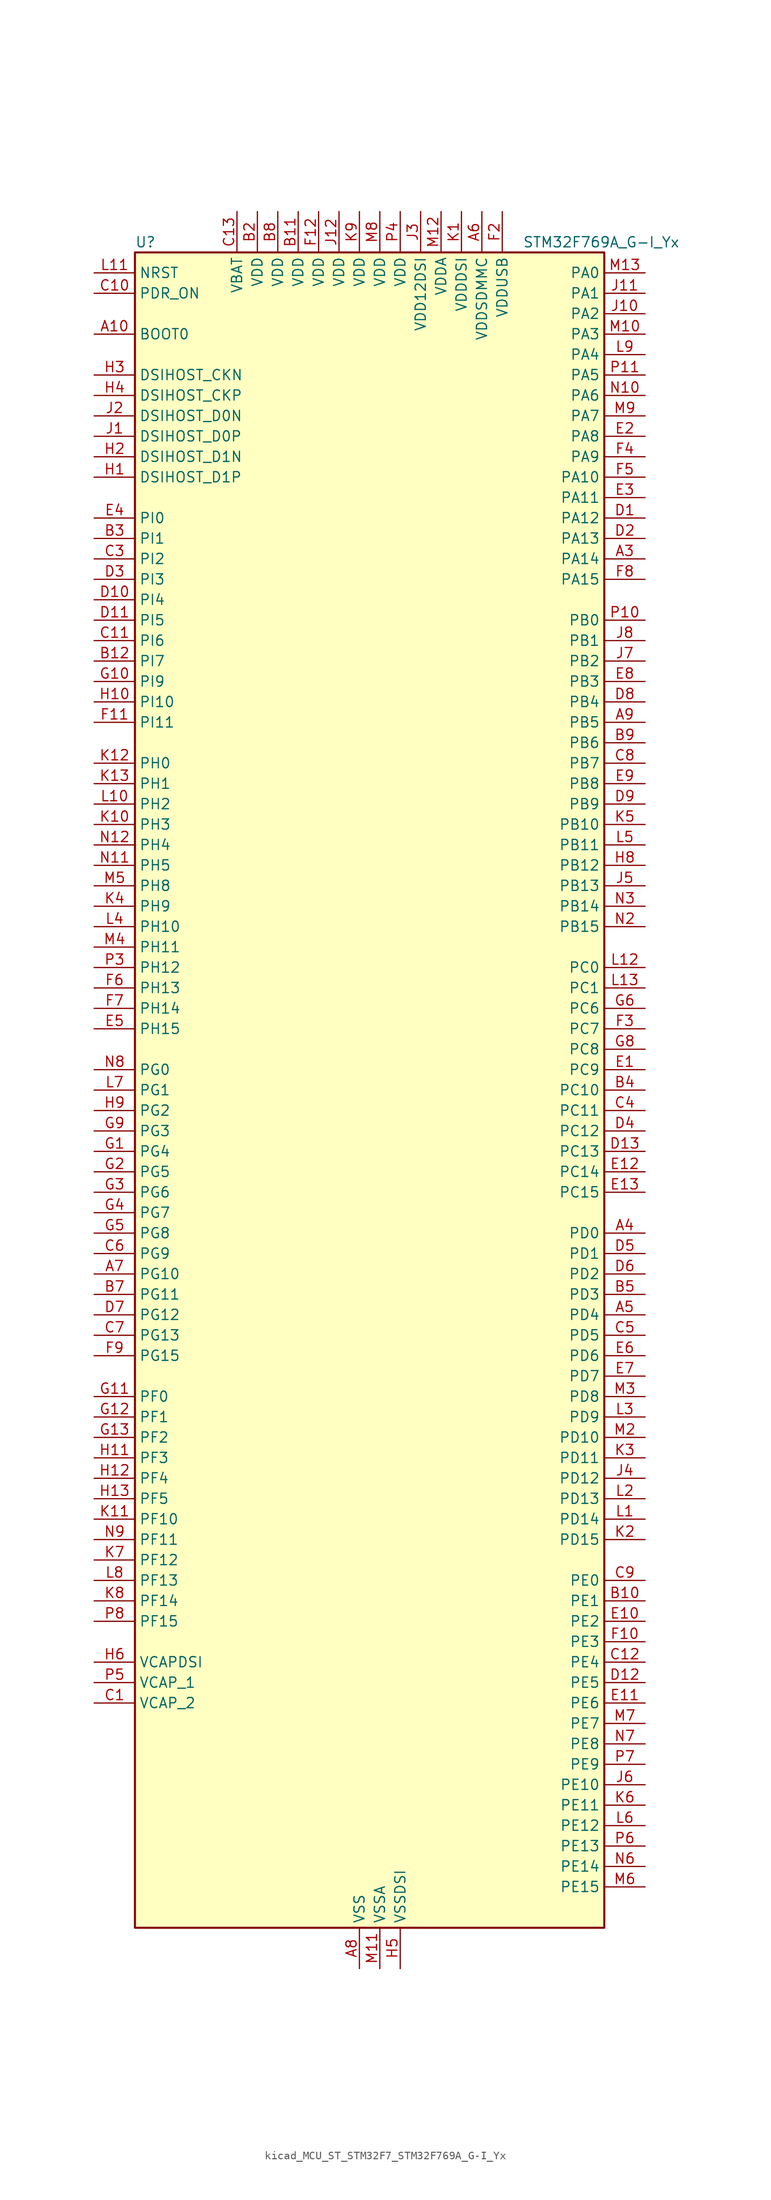
<source format=kicad_sym>
(kicad_symbol_lib
  (version 20220914)
  (generator kicad_symbol_editor)
  (symbol "kicad_MCU_ST_STM32F7_STM32F769A_G-I_Yx"
    (property "Reference" "U"
      (at -27.94 105.41 0)
      (effects (font (size 1.27 1.27)) (justify left)))
    (property "Value" "STM32F769A_G-I_Yx"
      (at 20.32 105.41 0)
      (effects (font (size 1.27 1.27)) (justify left)))
    (property "ki_locked" ""
      (at 0 0 0)
      (effects (font (size 1.27 1.27))))
    (symbol "kicad_MCU_ST_STM32F7_STM32F769A_G-I_Yx_0_1"
      (rectangle (start -27.94 -104.14) (end 30.48 104.14) (stroke (width 0.254) (type default)) (fill (type background))))
    (symbol "kicad_MCU_ST_STM32F7_STM32F769A_G-I_Yx_1_1"
      (pin no_connect line (at -27.94 -104.14 0) (length 5.08) hide (name "NC" (effects (font (size 1.27 1.27)))) (number "A1" (effects (font (size 1.27 1.27)))))
      (pin input line (at -33.02 93.98 0) (length 5.08) (name "BOOT0" (effects (font (size 1.27 1.27)))) (number "A10" (effects (font (size 1.27 1.27)))))
      (pin passive line (at 0 -109.22 90) (length 5.08) hide (name "VSS" (effects (font (size 1.27 1.27)))) (number "A11" (effects (font (size 1.27 1.27)))))
      (pin no_connect line (at -27.94 -99.06 0) (length 5.08) hide (name "NC" (effects (font (size 1.27 1.27)))) (number "A12" (effects (font (size 1.27 1.27)))))
      (pin no_connect line (at -27.94 -96.52 0) (length 5.08) hide (name "NC" (effects (font (size 1.27 1.27)))) (number "A13" (effects (font (size 1.27 1.27)))))
      (pin no_connect line (at -27.94 -101.6 0) (length 5.08) hide (name "NC" (effects (font (size 1.27 1.27)))) (number "A2" (effects (font (size 1.27 1.27)))))
      (pin bidirectional line (at 35.56 66.04 180) (length 5.08) (name "PA14" (effects (font (size 1.27 1.27)))) (number "A3" (effects (font (size 1.27 1.27)))) (alternate "SYS_JTCK-SWCLK" bidirectional line))
      (pin bidirectional line (at 35.56 -17.78 180) (length 5.08) (name "PD0" (effects (font (size 1.27 1.27)))) (number "A4" (effects (font (size 1.27 1.27)))) (alternate "CAN1_RX" bidirectional line) (alternate "DFSDM1_CKIN6" bidirectional line) (alternate "DFSDM1_DATIN7" bidirectional line) (alternate "FMC_D2" bidirectional line) (alternate "FMC_DA2" bidirectional line) (alternate "UART4_RX" bidirectional line))
      (pin bidirectional line (at 35.56 -27.94 180) (length 5.08) (name "PD4" (effects (font (size 1.27 1.27)))) (number "A5" (effects (font (size 1.27 1.27)))) (alternate "DFSDM1_CKIN0" bidirectional line) (alternate "FMC_NOE" bidirectional line) (alternate "USART2_DE" bidirectional line) (alternate "USART2_RTS" bidirectional line))
      (pin power_in line (at 15.24 109.22 270) (length 5.08) (name "VDDSDMMC" (effects (font (size 1.27 1.27)))) (number "A6" (effects (font (size 1.27 1.27)))))
      (pin bidirectional line (at -33.02 -22.86 0) (length 5.08) (name "PG10" (effects (font (size 1.27 1.27)))) (number "A7" (effects (font (size 1.27 1.27)))) (alternate "DCMI_D2" bidirectional line) (alternate "FMC_NE3" bidirectional line) (alternate "I2S1_WS" bidirectional line) (alternate "LTDC_B2" bidirectional line) (alternate "LTDC_G3" bidirectional line) (alternate "SAI2_SD_B" bidirectional line) (alternate "SDMMC2_D1" bidirectional line) (alternate "SPI1_NSS" bidirectional line))
      (pin power_in line (at 0 -109.22 90) (length 5.08) (name "VSS" (effects (font (size 1.27 1.27)))) (number "A8" (effects (font (size 1.27 1.27)))))
      (pin bidirectional line (at 35.56 45.72 180) (length 5.08) (name "PB5" (effects (font (size 1.27 1.27)))) (number "A9" (effects (font (size 1.27 1.27)))) (alternate "CAN2_RX" bidirectional line) (alternate "DCMI_D10" bidirectional line) (alternate "FMC_SDCKE1" bidirectional line) (alternate "I2C1_SMBA" bidirectional line) (alternate "I2S1_SD" bidirectional line) (alternate "I2S3_SD" bidirectional line) (alternate "LTDC_G7" bidirectional line) (alternate "SPI1_MOSI" bidirectional line) (alternate "SPI3_MOSI" bidirectional line) (alternate "SPI6_MOSI" bidirectional line) (alternate "TIM3_CH2" bidirectional line) (alternate "UART5_RX" bidirectional line) (alternate "USB_OTG_HS_ULPI_D7" bidirectional line))
      (pin no_connect line (at -27.94 -93.98 0) (length 5.08) hide (name "NC" (effects (font (size 1.27 1.27)))) (number "B1" (effects (font (size 1.27 1.27)))))
      (pin bidirectional line (at 35.56 -63.5 180) (length 5.08) (name "PE1" (effects (font (size 1.27 1.27)))) (number "B10" (effects (font (size 1.27 1.27)))) (alternate "DCMI_D3" bidirectional line) (alternate "FMC_NBL1" bidirectional line) (alternate "LPTIM1_IN2" bidirectional line) (alternate "UART8_TX" bidirectional line))
      (pin power_in line (at -7.62 109.22 270) (length 5.08) (name "VDD" (effects (font (size 1.27 1.27)))) (number "B11" (effects (font (size 1.27 1.27)))))
      (pin bidirectional line (at -33.02 53.34 0) (length 5.08) (name "PI7" (effects (font (size 1.27 1.27)))) (number "B12" (effects (font (size 1.27 1.27)))) (alternate "DCMI_D7" bidirectional line) (alternate "FMC_D29" bidirectional line) (alternate "LTDC_B7" bidirectional line) (alternate "SAI2_FS_A" bidirectional line) (alternate "TIM8_CH3" bidirectional line))
      (pin no_connect line (at -27.94 -91.44 0) (length 5.08) hide (name "NC" (effects (font (size 1.27 1.27)))) (number "B13" (effects (font (size 1.27 1.27)))))
      (pin power_in line (at -12.7 109.22 270) (length 5.08) (name "VDD" (effects (font (size 1.27 1.27)))) (number "B2" (effects (font (size 1.27 1.27)))))
      (pin bidirectional line (at -33.02 68.58 0) (length 5.08) (name "PI1" (effects (font (size 1.27 1.27)))) (number "B3" (effects (font (size 1.27 1.27)))) (alternate "DCMI_D8" bidirectional line) (alternate "FMC_D25" bidirectional line) (alternate "I2S2_CK" bidirectional line) (alternate "LTDC_G6" bidirectional line) (alternate "SPI2_SCK" bidirectional line) (alternate "TIM8_BKIN2" bidirectional line))
      (pin bidirectional line (at 35.56 0 180) (length 5.08) (name "PC10" (effects (font (size 1.27 1.27)))) (number "B4" (effects (font (size 1.27 1.27)))) (alternate "DCMI_D8" bidirectional line) (alternate "DFSDM1_CKIN5" bidirectional line) (alternate "I2S3_CK" bidirectional line) (alternate "LTDC_R2" bidirectional line) (alternate "QUADSPI_BK1_IO1" bidirectional line) (alternate "SDMMC1_D2" bidirectional line) (alternate "SPI3_SCK" bidirectional line) (alternate "UART4_TX" bidirectional line) (alternate "USART3_TX" bidirectional line))
      (pin bidirectional line (at 35.56 -25.4 180) (length 5.08) (name "PD3" (effects (font (size 1.27 1.27)))) (number "B5" (effects (font (size 1.27 1.27)))) (alternate "DCMI_D5" bidirectional line) (alternate "DFSDM1_CKOUT" bidirectional line) (alternate "DFSDM1_DATIN0" bidirectional line) (alternate "FMC_CLK" bidirectional line) (alternate "I2S2_CK" bidirectional line) (alternate "LTDC_G7" bidirectional line) (alternate "SPI2_SCK" bidirectional line) (alternate "USART2_CTS" bidirectional line))
      (pin passive line (at 0 -109.22 90) (length 5.08) hide (name "VSS" (effects (font (size 1.27 1.27)))) (number "B6" (effects (font (size 1.27 1.27)))))
      (pin bidirectional line (at -33.02 -25.4 0) (length 5.08) (name "PG11" (effects (font (size 1.27 1.27)))) (number "B7" (effects (font (size 1.27 1.27)))) (alternate "ADC1_EXTI11" bidirectional line) (alternate "ADC2_EXTI11" bidirectional line) (alternate "ADC3_EXTI11" bidirectional line) (alternate "DCMI_D3" bidirectional line) (alternate "I2S1_CK" bidirectional line) (alternate "LTDC_B3" bidirectional line) (alternate "SDMMC2_D2" bidirectional line) (alternate "SPDIFRX_IN0" bidirectional line) (alternate "SPI1_SCK" bidirectional line))
      (pin power_in line (at -10.16 109.22 270) (length 5.08) (name "VDD" (effects (font (size 1.27 1.27)))) (number "B8" (effects (font (size 1.27 1.27)))))
      (pin bidirectional line (at 35.56 43.18 180) (length 5.08) (name "PB6" (effects (font (size 1.27 1.27)))) (number "B9" (effects (font (size 1.27 1.27)))) (alternate "CAN2_TX" bidirectional line) (alternate "CEC" bidirectional line) (alternate "DCMI_D5" bidirectional line) (alternate "DFSDM1_DATIN5" bidirectional line) (alternate "FMC_SDNE1" bidirectional line) (alternate "I2C1_SCL" bidirectional line) (alternate "I2C4_SCL" bidirectional line) (alternate "QUADSPI_BK1_NCS" bidirectional line) (alternate "TIM4_CH1" bidirectional line) (alternate "UART5_TX" bidirectional line) (alternate "USART1_TX" bidirectional line))
      (pin power_out line (at -33.02 -76.2 0) (length 5.08) (name "VCAP_2" (effects (font (size 1.27 1.27)))) (number "C1" (effects (font (size 1.27 1.27)))))
      (pin input line (at -33.02 99.06 0) (length 5.08) (name "PDR_ON" (effects (font (size 1.27 1.27)))) (number "C10" (effects (font (size 1.27 1.27)))))
      (pin bidirectional line (at -33.02 55.88 0) (length 5.08) (name "PI6" (effects (font (size 1.27 1.27)))) (number "C11" (effects (font (size 1.27 1.27)))) (alternate "DCMI_D6" bidirectional line) (alternate "FMC_D28" bidirectional line) (alternate "LTDC_B6" bidirectional line) (alternate "SAI2_SD_A" bidirectional line) (alternate "TIM8_CH2" bidirectional line))
      (pin bidirectional line (at 35.56 -71.12 180) (length 5.08) (name "PE4" (effects (font (size 1.27 1.27)))) (number "C12" (effects (font (size 1.27 1.27)))) (alternate "DCMI_D4" bidirectional line) (alternate "DFSDM1_DATIN3" bidirectional line) (alternate "FMC_A20" bidirectional line) (alternate "LTDC_B0" bidirectional line) (alternate "SAI1_FS_A" bidirectional line) (alternate "SPI4_NSS" bidirectional line) (alternate "SYS_TRACED1" bidirectional line))
      (pin power_in line (at -15.24 109.22 270) (length 5.08) (name "VBAT" (effects (font (size 1.27 1.27)))) (number "C13" (effects (font (size 1.27 1.27)))))
      (pin passive line (at 0 -109.22 90) (length 5.08) hide (name "VSS" (effects (font (size 1.27 1.27)))) (number "C2" (effects (font (size 1.27 1.27)))))
      (pin bidirectional line (at -33.02 66.04 0) (length 5.08) (name "PI2" (effects (font (size 1.27 1.27)))) (number "C3" (effects (font (size 1.27 1.27)))) (alternate "DCMI_D9" bidirectional line) (alternate "FMC_D26" bidirectional line) (alternate "LTDC_G7" bidirectional line) (alternate "SPI2_MISO" bidirectional line) (alternate "TIM8_CH4" bidirectional line))
      (pin bidirectional line (at 35.56 -2.54 180) (length 5.08) (name "PC11" (effects (font (size 1.27 1.27)))) (number "C4" (effects (font (size 1.27 1.27)))) (alternate "ADC1_EXTI11" bidirectional line) (alternate "ADC2_EXTI11" bidirectional line) (alternate "ADC3_EXTI11" bidirectional line) (alternate "DCMI_D4" bidirectional line) (alternate "DFSDM1_DATIN5" bidirectional line) (alternate "QUADSPI_BK2_NCS" bidirectional line) (alternate "SDMMC1_D3" bidirectional line) (alternate "SPI3_MISO" bidirectional line) (alternate "UART4_RX" bidirectional line) (alternate "USART3_RX" bidirectional line))
      (pin bidirectional line (at 35.56 -30.48 180) (length 5.08) (name "PD5" (effects (font (size 1.27 1.27)))) (number "C5" (effects (font (size 1.27 1.27)))) (alternate "FMC_NWE" bidirectional line) (alternate "USART2_TX" bidirectional line))
      (pin bidirectional line (at -33.02 -20.32 0) (length 5.08) (name "PG9" (effects (font (size 1.27 1.27)))) (number "C6" (effects (font (size 1.27 1.27)))) (alternate "DAC_EXTI9" bidirectional line) (alternate "DCMI_VSYNC" bidirectional line) (alternate "FMC_NCE" bidirectional line) (alternate "FMC_NE2" bidirectional line) (alternate "QUADSPI_BK2_IO2" bidirectional line) (alternate "SAI2_FS_B" bidirectional line) (alternate "SDMMC2_D0" bidirectional line) (alternate "SPDIFRX_IN3" bidirectional line) (alternate "SPI1_MISO" bidirectional line) (alternate "USART6_RX" bidirectional line))
      (pin bidirectional line (at -33.02 -30.48 0) (length 5.08) (name "PG13" (effects (font (size 1.27 1.27)))) (number "C7" (effects (font (size 1.27 1.27)))) (alternate "FMC_A24" bidirectional line) (alternate "LPTIM1_OUT" bidirectional line) (alternate "LTDC_R0" bidirectional line) (alternate "SPI6_SCK" bidirectional line) (alternate "SYS_TRACED0" bidirectional line) (alternate "USART6_CTS" bidirectional line))
      (pin bidirectional line (at 35.56 40.64 180) (length 5.08) (name "PB7" (effects (font (size 1.27 1.27)))) (number "C8" (effects (font (size 1.27 1.27)))) (alternate "DCMI_VSYNC" bidirectional line) (alternate "DFSDM1_CKIN5" bidirectional line) (alternate "FMC_NL" bidirectional line) (alternate "I2C1_SDA" bidirectional line) (alternate "I2C4_SDA" bidirectional line) (alternate "TIM4_CH2" bidirectional line) (alternate "USART1_RX" bidirectional line))
      (pin bidirectional line (at 35.56 -60.96 180) (length 5.08) (name "PE0" (effects (font (size 1.27 1.27)))) (number "C9" (effects (font (size 1.27 1.27)))) (alternate "DCMI_D2" bidirectional line) (alternate "FMC_NBL0" bidirectional line) (alternate "LPTIM1_ETR" bidirectional line) (alternate "SAI2_MCLK_A" bidirectional line) (alternate "TIM4_ETR" bidirectional line) (alternate "UART8_RX" bidirectional line))
      (pin bidirectional line (at 35.56 71.12 180) (length 5.08) (name "PA12" (effects (font (size 1.27 1.27)))) (number "D1" (effects (font (size 1.27 1.27)))) (alternate "CAN1_TX" bidirectional line) (alternate "I2S2_CK" bidirectional line) (alternate "LTDC_R5" bidirectional line) (alternate "SAI2_FS_B" bidirectional line) (alternate "SPI2_SCK" bidirectional line) (alternate "TIM1_ETR" bidirectional line) (alternate "UART4_TX" bidirectional line) (alternate "USART1_DE" bidirectional line) (alternate "USART1_RTS" bidirectional line) (alternate "USB_OTG_FS_DP" bidirectional line))
      (pin bidirectional line (at -33.02 60.96 0) (length 5.08) (name "PI4" (effects (font (size 1.27 1.27)))) (number "D10" (effects (font (size 1.27 1.27)))) (alternate "DCMI_D5" bidirectional line) (alternate "FMC_NBL2" bidirectional line) (alternate "LTDC_B4" bidirectional line) (alternate "SAI2_MCLK_A" bidirectional line) (alternate "TIM8_BKIN" bidirectional line))
      (pin bidirectional line (at -33.02 58.42 0) (length 5.08) (name "PI5" (effects (font (size 1.27 1.27)))) (number "D11" (effects (font (size 1.27 1.27)))) (alternate "DCMI_VSYNC" bidirectional line) (alternate "FMC_NBL3" bidirectional line) (alternate "LTDC_B5" bidirectional line) (alternate "SAI2_SCK_A" bidirectional line) (alternate "TIM8_CH1" bidirectional line))
      (pin bidirectional line (at 35.56 -73.66 180) (length 5.08) (name "PE5" (effects (font (size 1.27 1.27)))) (number "D12" (effects (font (size 1.27 1.27)))) (alternate "DCMI_D6" bidirectional line) (alternate "DFSDM1_CKIN3" bidirectional line) (alternate "FMC_A21" bidirectional line) (alternate "LTDC_G0" bidirectional line) (alternate "SAI1_SCK_A" bidirectional line) (alternate "SPI4_MISO" bidirectional line) (alternate "SYS_TRACED2" bidirectional line) (alternate "TIM9_CH1" bidirectional line))
      (pin bidirectional line (at 35.56 -7.62 180) (length 5.08) (name "PC13" (effects (font (size 1.27 1.27)))) (number "D13" (effects (font (size 1.27 1.27)))) (alternate "RTC_OUT" bidirectional line) (alternate "RTC_TAMP1" bidirectional line) (alternate "RTC_TS" bidirectional line) (alternate "SYS_WKUP4" bidirectional line))
      (pin bidirectional line (at 35.56 68.58 180) (length 5.08) (name "PA13" (effects (font (size 1.27 1.27)))) (number "D2" (effects (font (size 1.27 1.27)))) (alternate "SYS_JTMS-SWDIO" bidirectional line))
      (pin bidirectional line (at -33.02 63.5 0) (length 5.08) (name "PI3" (effects (font (size 1.27 1.27)))) (number "D3" (effects (font (size 1.27 1.27)))) (alternate "DCMI_D10" bidirectional line) (alternate "FMC_D27" bidirectional line) (alternate "I2S2_SD" bidirectional line) (alternate "SPI2_MOSI" bidirectional line) (alternate "TIM8_ETR" bidirectional line))
      (pin bidirectional line (at 35.56 -5.08 180) (length 5.08) (name "PC12" (effects (font (size 1.27 1.27)))) (number "D4" (effects (font (size 1.27 1.27)))) (alternate "DCMI_D9" bidirectional line) (alternate "I2S3_SD" bidirectional line) (alternate "SDMMC1_CK" bidirectional line) (alternate "SPI3_MOSI" bidirectional line) (alternate "SYS_TRACED3" bidirectional line) (alternate "UART5_TX" bidirectional line) (alternate "USART3_CK" bidirectional line))
      (pin bidirectional line (at 35.56 -20.32 180) (length 5.08) (name "PD1" (effects (font (size 1.27 1.27)))) (number "D5" (effects (font (size 1.27 1.27)))) (alternate "CAN1_TX" bidirectional line) (alternate "DFSDM1_CKIN7" bidirectional line) (alternate "DFSDM1_DATIN6" bidirectional line) (alternate "FMC_D3" bidirectional line) (alternate "FMC_DA3" bidirectional line) (alternate "UART4_TX" bidirectional line))
      (pin bidirectional line (at 35.56 -22.86 180) (length 5.08) (name "PD2" (effects (font (size 1.27 1.27)))) (number "D6" (effects (font (size 1.27 1.27)))) (alternate "DCMI_D11" bidirectional line) (alternate "SDMMC1_CMD" bidirectional line) (alternate "SYS_TRACED2" bidirectional line) (alternate "TIM3_ETR" bidirectional line) (alternate "UART5_RX" bidirectional line))
      (pin bidirectional line (at -33.02 -27.94 0) (length 5.08) (name "PG12" (effects (font (size 1.27 1.27)))) (number "D7" (effects (font (size 1.27 1.27)))) (alternate "FMC_NE4" bidirectional line) (alternate "LPTIM1_IN1" bidirectional line) (alternate "LTDC_B1" bidirectional line) (alternate "LTDC_B4" bidirectional line) (alternate "SDMMC2_D3" bidirectional line) (alternate "SPDIFRX_IN1" bidirectional line) (alternate "SPI6_MISO" bidirectional line) (alternate "USART6_DE" bidirectional line) (alternate "USART6_RTS" bidirectional line))
      (pin bidirectional line (at 35.56 48.26 180) (length 5.08) (name "PB4" (effects (font (size 1.27 1.27)))) (number "D8" (effects (font (size 1.27 1.27)))) (alternate "CAN3_TX" bidirectional line) (alternate "I2S2_WS" bidirectional line) (alternate "SDMMC2_D3" bidirectional line) (alternate "SPI1_MISO" bidirectional line) (alternate "SPI2_NSS" bidirectional line) (alternate "SPI3_MISO" bidirectional line) (alternate "SPI6_MISO" bidirectional line) (alternate "SYS_JTRST" bidirectional line) (alternate "TIM3_CH1" bidirectional line) (alternate "UART7_TX" bidirectional line))
      (pin bidirectional line (at 35.56 35.56 180) (length 5.08) (name "PB9" (effects (font (size 1.27 1.27)))) (number "D9" (effects (font (size 1.27 1.27)))) (alternate "CAN1_TX" bidirectional line) (alternate "DAC_EXTI9" bidirectional line) (alternate "DCMI_D7" bidirectional line) (alternate "DFSDM1_DATIN7" bidirectional line) (alternate "I2C1_SDA" bidirectional line) (alternate "I2C4_SDA" bidirectional line) (alternate "I2C4_SMBA" bidirectional line) (alternate "I2S2_WS" bidirectional line) (alternate "LTDC_B7" bidirectional line) (alternate "SDMMC1_D5" bidirectional line) (alternate "SDMMC2_D5" bidirectional line) (alternate "SPI2_NSS" bidirectional line) (alternate "TIM11_CH1" bidirectional line) (alternate "TIM4_CH4" bidirectional line) (alternate "UART5_TX" bidirectional line))
      (pin bidirectional line (at 35.56 2.54 180) (length 5.08) (name "PC9" (effects (font (size 1.27 1.27)))) (number "E1" (effects (font (size 1.27 1.27)))) (alternate "DAC_EXTI9" bidirectional line) (alternate "DCMI_D3" bidirectional line) (alternate "I2C3_SDA" bidirectional line) (alternate "I2S_CKIN" bidirectional line) (alternate "LTDC_B2" bidirectional line) (alternate "LTDC_G3" bidirectional line) (alternate "QUADSPI_BK1_IO0" bidirectional line) (alternate "RCC_MCO_2" bidirectional line) (alternate "SDMMC1_D1" bidirectional line) (alternate "TIM3_CH4" bidirectional line) (alternate "TIM8_CH4" bidirectional line) (alternate "UART5_CTS" bidirectional line))
      (pin bidirectional line (at 35.56 -66.04 180) (length 5.08) (name "PE2" (effects (font (size 1.27 1.27)))) (number "E10" (effects (font (size 1.27 1.27)))) (alternate "FMC_A23" bidirectional line) (alternate "QUADSPI_BK1_IO2" bidirectional line) (alternate "SAI1_MCLK_A" bidirectional line) (alternate "SPI4_SCK" bidirectional line) (alternate "SYS_TRACECLK" bidirectional line))
      (pin bidirectional line (at 35.56 -76.2 180) (length 5.08) (name "PE6" (effects (font (size 1.27 1.27)))) (number "E11" (effects (font (size 1.27 1.27)))) (alternate "DCMI_D7" bidirectional line) (alternate "FMC_A22" bidirectional line) (alternate "LTDC_G1" bidirectional line) (alternate "SAI1_SD_A" bidirectional line) (alternate "SAI2_MCLK_B" bidirectional line) (alternate "SPI4_MOSI" bidirectional line) (alternate "SYS_TRACED3" bidirectional line) (alternate "TIM1_BKIN2" bidirectional line) (alternate "TIM9_CH2" bidirectional line))
      (pin bidirectional line (at 35.56 -10.16 180) (length 5.08) (name "PC14" (effects (font (size 1.27 1.27)))) (number "E12" (effects (font (size 1.27 1.27)))) (alternate "RCC_OSC32_IN" bidirectional line))
      (pin bidirectional line (at 35.56 -12.7 180) (length 5.08) (name "PC15" (effects (font (size 1.27 1.27)))) (number "E13" (effects (font (size 1.27 1.27)))) (alternate "RCC_OSC32_OUT" bidirectional line))
      (pin bidirectional line (at 35.56 81.28 180) (length 5.08) (name "PA8" (effects (font (size 1.27 1.27)))) (number "E2" (effects (font (size 1.27 1.27)))) (alternate "CAN3_RX" bidirectional line) (alternate "I2C3_SCL" bidirectional line) (alternate "LTDC_B3" bidirectional line) (alternate "LTDC_R6" bidirectional line) (alternate "RCC_MCO_1" bidirectional line) (alternate "TIM1_CH1" bidirectional line) (alternate "TIM8_BKIN2" bidirectional line) (alternate "UART7_RX" bidirectional line) (alternate "USART1_CK" bidirectional line) (alternate "USB_OTG_FS_SOF" bidirectional line))
      (pin bidirectional line (at 35.56 73.66 180) (length 5.08) (name "PA11" (effects (font (size 1.27 1.27)))) (number "E3" (effects (font (size 1.27 1.27)))) (alternate "ADC1_EXTI11" bidirectional line) (alternate "ADC2_EXTI11" bidirectional line) (alternate "ADC3_EXTI11" bidirectional line) (alternate "CAN1_RX" bidirectional line) (alternate "I2S2_WS" bidirectional line) (alternate "LTDC_R4" bidirectional line) (alternate "SPI2_NSS" bidirectional line) (alternate "TIM1_CH4" bidirectional line) (alternate "UART4_RX" bidirectional line) (alternate "USART1_CTS" bidirectional line) (alternate "USB_OTG_FS_DM" bidirectional line))
      (pin bidirectional line (at -33.02 71.12 0) (length 5.08) (name "PI0" (effects (font (size 1.27 1.27)))) (number "E4" (effects (font (size 1.27 1.27)))) (alternate "DCMI_D13" bidirectional line) (alternate "FMC_D24" bidirectional line) (alternate "I2S2_WS" bidirectional line) (alternate "LTDC_G5" bidirectional line) (alternate "SPI2_NSS" bidirectional line) (alternate "TIM5_CH4" bidirectional line))
      (pin bidirectional line (at -33.02 7.62 0) (length 5.08) (name "PH15" (effects (font (size 1.27 1.27)))) (number "E5" (effects (font (size 1.27 1.27)))) (alternate "DCMI_D11" bidirectional line) (alternate "FMC_D23" bidirectional line) (alternate "LTDC_G4" bidirectional line) (alternate "TIM8_CH3N" bidirectional line))
      (pin bidirectional line (at 35.56 -33.02 180) (length 5.08) (name "PD6" (effects (font (size 1.27 1.27)))) (number "E6" (effects (font (size 1.27 1.27)))) (alternate "DCMI_D10" bidirectional line) (alternate "DFSDM1_CKIN4" bidirectional line) (alternate "DFSDM1_DATIN1" bidirectional line) (alternate "FMC_NWAIT" bidirectional line) (alternate "I2S3_SD" bidirectional line) (alternate "LTDC_B2" bidirectional line) (alternate "SAI1_SD_A" bidirectional line) (alternate "SDMMC2_CK" bidirectional line) (alternate "SPI3_MOSI" bidirectional line) (alternate "USART2_RX" bidirectional line))
      (pin bidirectional line (at 35.56 -35.56 180) (length 5.08) (name "PD7" (effects (font (size 1.27 1.27)))) (number "E7" (effects (font (size 1.27 1.27)))) (alternate "DFSDM1_CKIN1" bidirectional line) (alternate "DFSDM1_DATIN4" bidirectional line) (alternate "FMC_NE1" bidirectional line) (alternate "I2S1_SD" bidirectional line) (alternate "SDMMC2_CMD" bidirectional line) (alternate "SPDIFRX_IN0" bidirectional line) (alternate "SPI1_MOSI" bidirectional line) (alternate "USART2_CK" bidirectional line))
      (pin bidirectional line (at 35.56 50.8 180) (length 5.08) (name "PB3" (effects (font (size 1.27 1.27)))) (number "E8" (effects (font (size 1.27 1.27)))) (alternate "CAN3_RX" bidirectional line) (alternate "I2S1_CK" bidirectional line) (alternate "I2S3_CK" bidirectional line) (alternate "SDMMC2_D2" bidirectional line) (alternate "SPI1_SCK" bidirectional line) (alternate "SPI3_SCK" bidirectional line) (alternate "SPI6_SCK" bidirectional line) (alternate "SYS_JTDO-SWO" bidirectional line) (alternate "TIM2_CH2" bidirectional line) (alternate "UART7_RX" bidirectional line))
      (pin bidirectional line (at 35.56 38.1 180) (length 5.08) (name "PB8" (effects (font (size 1.27 1.27)))) (number "E9" (effects (font (size 1.27 1.27)))) (alternate "CAN1_RX" bidirectional line) (alternate "DCMI_D6" bidirectional line) (alternate "DFSDM1_CKIN7" bidirectional line) (alternate "I2C1_SCL" bidirectional line) (alternate "I2C4_SCL" bidirectional line) (alternate "LTDC_B6" bidirectional line) (alternate "SDMMC1_D4" bidirectional line) (alternate "SDMMC2_D4" bidirectional line) (alternate "TIM10_CH1" bidirectional line) (alternate "TIM4_CH3" bidirectional line) (alternate "UART5_RX" bidirectional line))
      (pin passive line (at 0 -109.22 90) (length 5.08) hide (name "VSS" (effects (font (size 1.27 1.27)))) (number "F1" (effects (font (size 1.27 1.27)))))
      (pin bidirectional line (at 35.56 -68.58 180) (length 5.08) (name "PE3" (effects (font (size 1.27 1.27)))) (number "F10" (effects (font (size 1.27 1.27)))) (alternate "FMC_A19" bidirectional line) (alternate "SAI1_SD_B" bidirectional line) (alternate "SYS_TRACED0" bidirectional line))
      (pin bidirectional line (at -33.02 45.72 0) (length 5.08) (name "PI11" (effects (font (size 1.27 1.27)))) (number "F11" (effects (font (size 1.27 1.27)))) (alternate "ADC1_EXTI11" bidirectional line) (alternate "ADC2_EXTI11" bidirectional line) (alternate "ADC3_EXTI11" bidirectional line) (alternate "LTDC_G6" bidirectional line) (alternate "SYS_WKUP6" bidirectional line) (alternate "USB_OTG_HS_ULPI_DIR" bidirectional line))
      (pin power_in line (at -5.08 109.22 270) (length 5.08) (name "VDD" (effects (font (size 1.27 1.27)))) (number "F12" (effects (font (size 1.27 1.27)))))
      (pin passive line (at 0 -109.22 90) (length 5.08) hide (name "VSS" (effects (font (size 1.27 1.27)))) (number "F13" (effects (font (size 1.27 1.27)))))
      (pin power_in line (at 17.78 109.22 270) (length 5.08) (name "VDDUSB" (effects (font (size 1.27 1.27)))) (number "F2" (effects (font (size 1.27 1.27)))))
      (pin bidirectional line (at 35.56 7.62 180) (length 5.08) (name "PC7" (effects (font (size 1.27 1.27)))) (number "F3" (effects (font (size 1.27 1.27)))) (alternate "DCMI_D1" bidirectional line) (alternate "DFSDM1_DATIN3" bidirectional line) (alternate "FMC_NE1" bidirectional line) (alternate "I2S3_MCK" bidirectional line) (alternate "LTDC_G6" bidirectional line) (alternate "SDMMC1_D7" bidirectional line) (alternate "SDMMC2_D7" bidirectional line) (alternate "TIM3_CH2" bidirectional line) (alternate "TIM8_CH2" bidirectional line) (alternate "USART6_RX" bidirectional line))
      (pin bidirectional line (at 35.56 78.74 180) (length 5.08) (name "PA9" (effects (font (size 1.27 1.27)))) (number "F4" (effects (font (size 1.27 1.27)))) (alternate "DAC_EXTI9" bidirectional line) (alternate "DCMI_D0" bidirectional line) (alternate "I2C3_SMBA" bidirectional line) (alternate "I2S2_CK" bidirectional line) (alternate "LTDC_R5" bidirectional line) (alternate "SPI2_SCK" bidirectional line) (alternate "TIM1_CH2" bidirectional line) (alternate "USART1_TX" bidirectional line) (alternate "USB_OTG_FS_VBUS" bidirectional line))
      (pin bidirectional line (at 35.56 76.2 180) (length 5.08) (name "PA10" (effects (font (size 1.27 1.27)))) (number "F5" (effects (font (size 1.27 1.27)))) (alternate "DCMI_D1" bidirectional line) (alternate "LTDC_B1" bidirectional line) (alternate "LTDC_B4" bidirectional line) (alternate "MDIOS_MDIO" bidirectional line) (alternate "TIM1_CH3" bidirectional line) (alternate "USART1_RX" bidirectional line) (alternate "USB_OTG_FS_ID" bidirectional line))
      (pin bidirectional line (at -33.02 12.7 0) (length 5.08) (name "PH13" (effects (font (size 1.27 1.27)))) (number "F6" (effects (font (size 1.27 1.27)))) (alternate "CAN1_TX" bidirectional line) (alternate "FMC_D21" bidirectional line) (alternate "LTDC_G2" bidirectional line) (alternate "TIM8_CH1N" bidirectional line) (alternate "UART4_TX" bidirectional line))
      (pin bidirectional line (at -33.02 10.16 0) (length 5.08) (name "PH14" (effects (font (size 1.27 1.27)))) (number "F7" (effects (font (size 1.27 1.27)))) (alternate "CAN1_RX" bidirectional line) (alternate "DCMI_D4" bidirectional line) (alternate "FMC_D22" bidirectional line) (alternate "LTDC_G3" bidirectional line) (alternate "TIM8_CH2N" bidirectional line) (alternate "UART4_RX" bidirectional line))
      (pin bidirectional line (at 35.56 63.5 180) (length 5.08) (name "PA15" (effects (font (size 1.27 1.27)))) (number "F8" (effects (font (size 1.27 1.27)))) (alternate "CAN3_TX" bidirectional line) (alternate "CEC" bidirectional line) (alternate "I2S1_WS" bidirectional line) (alternate "I2S3_WS" bidirectional line) (alternate "SPI1_NSS" bidirectional line) (alternate "SPI3_NSS" bidirectional line) (alternate "SPI6_NSS" bidirectional line) (alternate "SYS_JTDI" bidirectional line) (alternate "TIM2_CH1" bidirectional line) (alternate "TIM2_ETR" bidirectional line) (alternate "UART4_DE" bidirectional line) (alternate "UART4_RTS" bidirectional line) (alternate "UART7_TX" bidirectional line))
      (pin bidirectional line (at -33.02 -33.02 0) (length 5.08) (name "PG15" (effects (font (size 1.27 1.27)))) (number "F9" (effects (font (size 1.27 1.27)))) (alternate "DCMI_D13" bidirectional line) (alternate "FMC_SDNCAS" bidirectional line) (alternate "USART6_CTS" bidirectional line))
      (pin bidirectional line (at -33.02 -7.62 0) (length 5.08) (name "PG4" (effects (font (size 1.27 1.27)))) (number "G1" (effects (font (size 1.27 1.27)))) (alternate "FMC_A14" bidirectional line) (alternate "FMC_BA0" bidirectional line))
      (pin bidirectional line (at -33.02 50.8 0) (length 5.08) (name "PI9" (effects (font (size 1.27 1.27)))) (number "G10" (effects (font (size 1.27 1.27)))) (alternate "CAN1_RX" bidirectional line) (alternate "DAC_EXTI9" bidirectional line) (alternate "FMC_D30" bidirectional line) (alternate "LTDC_VSYNC" bidirectional line) (alternate "UART4_RX" bidirectional line))
      (pin bidirectional line (at -33.02 -38.1 0) (length 5.08) (name "PF0" (effects (font (size 1.27 1.27)))) (number "G11" (effects (font (size 1.27 1.27)))) (alternate "FMC_A0" bidirectional line) (alternate "I2C2_SDA" bidirectional line))
      (pin bidirectional line (at -33.02 -40.64 0) (length 5.08) (name "PF1" (effects (font (size 1.27 1.27)))) (number "G12" (effects (font (size 1.27 1.27)))) (alternate "FMC_A1" bidirectional line) (alternate "I2C2_SCL" bidirectional line))
      (pin bidirectional line (at -33.02 -43.18 0) (length 5.08) (name "PF2" (effects (font (size 1.27 1.27)))) (number "G13" (effects (font (size 1.27 1.27)))) (alternate "FMC_A2" bidirectional line) (alternate "I2C2_SMBA" bidirectional line))
      (pin bidirectional line (at -33.02 -10.16 0) (length 5.08) (name "PG5" (effects (font (size 1.27 1.27)))) (number "G2" (effects (font (size 1.27 1.27)))) (alternate "FMC_A15" bidirectional line) (alternate "FMC_BA1" bidirectional line))
      (pin bidirectional line (at -33.02 -12.7 0) (length 5.08) (name "PG6" (effects (font (size 1.27 1.27)))) (number "G3" (effects (font (size 1.27 1.27)))) (alternate "DCMI_D12" bidirectional line) (alternate "FMC_NE3" bidirectional line) (alternate "LTDC_R7" bidirectional line))
      (pin bidirectional line (at -33.02 -15.24 0) (length 5.08) (name "PG7" (effects (font (size 1.27 1.27)))) (number "G4" (effects (font (size 1.27 1.27)))) (alternate "DCMI_D13" bidirectional line) (alternate "FMC_INT" bidirectional line) (alternate "LTDC_CLK" bidirectional line) (alternate "SAI1_MCLK_A" bidirectional line) (alternate "USART6_CK" bidirectional line))
      (pin bidirectional line (at -33.02 -17.78 0) (length 5.08) (name "PG8" (effects (font (size 1.27 1.27)))) (number "G5" (effects (font (size 1.27 1.27)))) (alternate "FMC_SDCLK" bidirectional line) (alternate "LTDC_G7" bidirectional line) (alternate "SPDIFRX_IN2" bidirectional line) (alternate "SPI6_NSS" bidirectional line) (alternate "USART6_DE" bidirectional line) (alternate "USART6_RTS" bidirectional line))
      (pin bidirectional line (at 35.56 10.16 180) (length 5.08) (name "PC6" (effects (font (size 1.27 1.27)))) (number "G6" (effects (font (size 1.27 1.27)))) (alternate "DCMI_D0" bidirectional line) (alternate "DFSDM1_CKIN3" bidirectional line) (alternate "FMC_NWAIT" bidirectional line) (alternate "I2S2_MCK" bidirectional line) (alternate "LTDC_HSYNC" bidirectional line) (alternate "SDMMC1_D6" bidirectional line) (alternate "SDMMC2_D6" bidirectional line) (alternate "TIM3_CH1" bidirectional line) (alternate "TIM8_CH1" bidirectional line) (alternate "USART6_TX" bidirectional line))
      (pin bidirectional line (at 35.56 5.08 180) (length 5.08) (name "PC8" (effects (font (size 1.27 1.27)))) (number "G8" (effects (font (size 1.27 1.27)))) (alternate "DCMI_D2" bidirectional line) (alternate "FMC_NCE" bidirectional line) (alternate "FMC_NE2" bidirectional line) (alternate "SDMMC1_D0" bidirectional line) (alternate "SYS_TRACED1" bidirectional line) (alternate "TIM3_CH3" bidirectional line) (alternate "TIM8_CH3" bidirectional line) (alternate "UART5_DE" bidirectional line) (alternate "UART5_RTS" bidirectional line) (alternate "USART6_CK" bidirectional line))
      (pin bidirectional line (at -33.02 -5.08 0) (length 5.08) (name "PG3" (effects (font (size 1.27 1.27)))) (number "G9" (effects (font (size 1.27 1.27)))) (alternate "FMC_A13" bidirectional line))
      (pin bidirectional line (at -33.02 76.2 0) (length 5.08) (name "DSIHOST_D1P" (effects (font (size 1.27 1.27)))) (number "H1" (effects (font (size 1.27 1.27)))) (alternate "DSIHOST_D1P" bidirectional line))
      (pin bidirectional line (at -33.02 48.26 0) (length 5.08) (name "PI10" (effects (font (size 1.27 1.27)))) (number "H10" (effects (font (size 1.27 1.27)))) (alternate "FMC_D31" bidirectional line) (alternate "LTDC_HSYNC" bidirectional line))
      (pin bidirectional line (at -33.02 -45.72 0) (length 5.08) (name "PF3" (effects (font (size 1.27 1.27)))) (number "H11" (effects (font (size 1.27 1.27)))) (alternate "ADC3_IN9" bidirectional line) (alternate "FMC_A3" bidirectional line))
      (pin bidirectional line (at -33.02 -48.26 0) (length 5.08) (name "PF4" (effects (font (size 1.27 1.27)))) (number "H12" (effects (font (size 1.27 1.27)))) (alternate "ADC3_IN14" bidirectional line) (alternate "FMC_A4" bidirectional line))
      (pin bidirectional line (at -33.02 -50.8 0) (length 5.08) (name "PF5" (effects (font (size 1.27 1.27)))) (number "H13" (effects (font (size 1.27 1.27)))) (alternate "ADC3_IN15" bidirectional line) (alternate "FMC_A5" bidirectional line))
      (pin bidirectional line (at -33.02 78.74 0) (length 5.08) (name "DSIHOST_D1N" (effects (font (size 1.27 1.27)))) (number "H2" (effects (font (size 1.27 1.27)))) (alternate "DSIHOST_D1N" bidirectional line))
      (pin bidirectional line (at -33.02 88.9 0) (length 5.08) (name "DSIHOST_CKN" (effects (font (size 1.27 1.27)))) (number "H3" (effects (font (size 1.27 1.27)))) (alternate "DSIHOST_CKN" bidirectional line))
      (pin bidirectional line (at -33.02 86.36 0) (length 5.08) (name "DSIHOST_CKP" (effects (font (size 1.27 1.27)))) (number "H4" (effects (font (size 1.27 1.27)))) (alternate "DSIHOST_CKP" bidirectional line))
      (pin power_in line (at 5.08 -109.22 90) (length 5.08) (name "VSSDSI" (effects (font (size 1.27 1.27)))) (number "H5" (effects (font (size 1.27 1.27)))))
      (pin power_out line (at -33.02 -71.12 0) (length 5.08) (name "VCAPDSI" (effects (font (size 1.27 1.27)))) (number "H6" (effects (font (size 1.27 1.27)))))
      (pin bidirectional line (at 35.56 27.94 180) (length 5.08) (name "PB12" (effects (font (size 1.27 1.27)))) (number "H8" (effects (font (size 1.27 1.27)))) (alternate "CAN2_RX" bidirectional line) (alternate "DFSDM1_DATIN1" bidirectional line) (alternate "I2C2_SMBA" bidirectional line) (alternate "I2S2_WS" bidirectional line) (alternate "SPI2_NSS" bidirectional line) (alternate "TIM1_BKIN" bidirectional line) (alternate "UART5_RX" bidirectional line) (alternate "USART3_CK" bidirectional line) (alternate "USB_OTG_HS_ID" bidirectional line) (alternate "USB_OTG_HS_ULPI_D5" bidirectional line))
      (pin bidirectional line (at -33.02 -2.54 0) (length 5.08) (name "PG2" (effects (font (size 1.27 1.27)))) (number "H9" (effects (font (size 1.27 1.27)))) (alternate "FMC_A12" bidirectional line))
      (pin bidirectional line (at -33.02 81.28 0) (length 5.08) (name "DSIHOST_D0P" (effects (font (size 1.27 1.27)))) (number "J1" (effects (font (size 1.27 1.27)))) (alternate "DSIHOST_D0P" bidirectional line))
      (pin bidirectional line (at 35.56 96.52 180) (length 5.08) (name "PA2" (effects (font (size 1.27 1.27)))) (number "J10" (effects (font (size 1.27 1.27)))) (alternate "ADC1_IN2" bidirectional line) (alternate "ADC2_IN2" bidirectional line) (alternate "ADC3_IN2" bidirectional line) (alternate "LTDC_R1" bidirectional line) (alternate "MDIOS_MDIO" bidirectional line) (alternate "SAI2_SCK_B" bidirectional line) (alternate "SYS_WKUP2" bidirectional line) (alternate "TIM2_CH3" bidirectional line) (alternate "TIM5_CH3" bidirectional line) (alternate "TIM9_CH1" bidirectional line) (alternate "USART2_TX" bidirectional line))
      (pin bidirectional line (at 35.56 99.06 180) (length 5.08) (name "PA1" (effects (font (size 1.27 1.27)))) (number "J11" (effects (font (size 1.27 1.27)))) (alternate "ADC1_IN1" bidirectional line) (alternate "ADC2_IN1" bidirectional line) (alternate "ADC3_IN1" bidirectional line) (alternate "LTDC_R2" bidirectional line) (alternate "QUADSPI_BK1_IO3" bidirectional line) (alternate "SAI2_MCLK_B" bidirectional line) (alternate "TIM2_CH2" bidirectional line) (alternate "TIM5_CH2" bidirectional line) (alternate "UART4_RX" bidirectional line) (alternate "USART2_DE" bidirectional line) (alternate "USART2_RTS" bidirectional line))
      (pin power_in line (at -2.54 109.22 270) (length 5.08) (name "VDD" (effects (font (size 1.27 1.27)))) (number "J12" (effects (font (size 1.27 1.27)))))
      (pin passive line (at 0 -109.22 90) (length 5.08) hide (name "VSS" (effects (font (size 1.27 1.27)))) (number "J13" (effects (font (size 1.27 1.27)))))
      (pin bidirectional line (at -33.02 83.82 0) (length 5.08) (name "DSIHOST_D0N" (effects (font (size 1.27 1.27)))) (number "J2" (effects (font (size 1.27 1.27)))) (alternate "DSIHOST_D0N" bidirectional line))
      (pin power_in line (at 7.62 109.22 270) (length 5.08) (name "VDD12DSI" (effects (font (size 1.27 1.27)))) (number "J3" (effects (font (size 1.27 1.27)))))
      (pin bidirectional line (at 35.56 -48.26 180) (length 5.08) (name "PD12" (effects (font (size 1.27 1.27)))) (number "J4" (effects (font (size 1.27 1.27)))) (alternate "FMC_A17" bidirectional line) (alternate "FMC_ALE" bidirectional line) (alternate "I2C4_SCL" bidirectional line) (alternate "LPTIM1_IN1" bidirectional line) (alternate "QUADSPI_BK1_IO1" bidirectional line) (alternate "SAI2_FS_A" bidirectional line) (alternate "TIM4_CH1" bidirectional line) (alternate "USART3_DE" bidirectional line) (alternate "USART3_RTS" bidirectional line))
      (pin bidirectional line (at 35.56 25.4 180) (length 5.08) (name "PB13" (effects (font (size 1.27 1.27)))) (number "J5" (effects (font (size 1.27 1.27)))) (alternate "CAN2_TX" bidirectional line) (alternate "DFSDM1_CKIN1" bidirectional line) (alternate "I2S2_CK" bidirectional line) (alternate "SPI2_SCK" bidirectional line) (alternate "TIM1_CH1N" bidirectional line) (alternate "UART5_TX" bidirectional line) (alternate "USART3_CTS" bidirectional line) (alternate "USB_OTG_HS_ULPI_D6" bidirectional line) (alternate "USB_OTG_HS_VBUS" bidirectional line))
      (pin bidirectional line (at 35.56 -86.36 180) (length 5.08) (name "PE10" (effects (font (size 1.27 1.27)))) (number "J6" (effects (font (size 1.27 1.27)))) (alternate "DFSDM1_DATIN4" bidirectional line) (alternate "FMC_D7" bidirectional line) (alternate "FMC_DA7" bidirectional line) (alternate "QUADSPI_BK2_IO3" bidirectional line) (alternate "TIM1_CH2N" bidirectional line) (alternate "UART7_CTS" bidirectional line))
      (pin bidirectional line (at 35.56 53.34 180) (length 5.08) (name "PB2" (effects (font (size 1.27 1.27)))) (number "J7" (effects (font (size 1.27 1.27)))) (alternate "DFSDM1_CKIN1" bidirectional line) (alternate "I2S3_SD" bidirectional line) (alternate "QUADSPI_CLK" bidirectional line) (alternate "SAI1_SD_A" bidirectional line) (alternate "SPI3_MOSI" bidirectional line))
      (pin bidirectional line (at 35.56 55.88 180) (length 5.08) (name "PB1" (effects (font (size 1.27 1.27)))) (number "J8" (effects (font (size 1.27 1.27)))) (alternate "ADC1_IN9" bidirectional line) (alternate "ADC2_IN9" bidirectional line) (alternate "DFSDM1_DATIN1" bidirectional line) (alternate "LTDC_G0" bidirectional line) (alternate "LTDC_R6" bidirectional line) (alternate "TIM1_CH3N" bidirectional line) (alternate "TIM3_CH4" bidirectional line) (alternate "TIM8_CH3N" bidirectional line) (alternate "USB_OTG_HS_ULPI_D2" bidirectional line))
      (pin passive line (at 0 -109.22 90) (length 5.08) hide (name "VSS" (effects (font (size 1.27 1.27)))) (number "J9" (effects (font (size 1.27 1.27)))))
      (pin power_in line (at 12.7 109.22 270) (length 5.08) (name "VDDDSI" (effects (font (size 1.27 1.27)))) (number "K1" (effects (font (size 1.27 1.27)))))
      (pin bidirectional line (at -33.02 33.02 0) (length 5.08) (name "PH3" (effects (font (size 1.27 1.27)))) (number "K10" (effects (font (size 1.27 1.27)))) (alternate "FMC_SDNE0" bidirectional line) (alternate "LTDC_R1" bidirectional line) (alternate "QUADSPI_BK2_IO1" bidirectional line) (alternate "SAI2_MCLK_B" bidirectional line))
      (pin bidirectional line (at -33.02 -53.34 0) (length 5.08) (name "PF10" (effects (font (size 1.27 1.27)))) (number "K11" (effects (font (size 1.27 1.27)))) (alternate "ADC3_IN8" bidirectional line) (alternate "DCMI_D11" bidirectional line) (alternate "LTDC_DE" bidirectional line) (alternate "QUADSPI_CLK" bidirectional line))
      (pin bidirectional line (at -33.02 40.64 0) (length 5.08) (name "PH0" (effects (font (size 1.27 1.27)))) (number "K12" (effects (font (size 1.27 1.27)))) (alternate "RCC_OSC_IN" bidirectional line))
      (pin bidirectional line (at -33.02 38.1 0) (length 5.08) (name "PH1" (effects (font (size 1.27 1.27)))) (number "K13" (effects (font (size 1.27 1.27)))) (alternate "RCC_OSC_OUT" bidirectional line))
      (pin bidirectional line (at 35.56 -55.88 180) (length 5.08) (name "PD15" (effects (font (size 1.27 1.27)))) (number "K2" (effects (font (size 1.27 1.27)))) (alternate "FMC_D1" bidirectional line) (alternate "FMC_DA1" bidirectional line) (alternate "TIM4_CH4" bidirectional line) (alternate "UART8_DE" bidirectional line) (alternate "UART8_RTS" bidirectional line))
      (pin bidirectional line (at 35.56 -45.72 180) (length 5.08) (name "PD11" (effects (font (size 1.27 1.27)))) (number "K3" (effects (font (size 1.27 1.27)))) (alternate "ADC1_EXTI11" bidirectional line) (alternate "ADC2_EXTI11" bidirectional line) (alternate "ADC3_EXTI11" bidirectional line) (alternate "FMC_A16" bidirectional line) (alternate "FMC_CLE" bidirectional line) (alternate "I2C4_SMBA" bidirectional line) (alternate "QUADSPI_BK1_IO0" bidirectional line) (alternate "SAI2_SD_A" bidirectional line) (alternate "USART3_CTS" bidirectional line))
      (pin bidirectional line (at -33.02 22.86 0) (length 5.08) (name "PH9" (effects (font (size 1.27 1.27)))) (number "K4" (effects (font (size 1.27 1.27)))) (alternate "DAC_EXTI9" bidirectional line) (alternate "DCMI_D0" bidirectional line) (alternate "FMC_D17" bidirectional line) (alternate "I2C3_SMBA" bidirectional line) (alternate "LTDC_R3" bidirectional line) (alternate "TIM12_CH2" bidirectional line))
      (pin bidirectional line (at 35.56 33.02 180) (length 5.08) (name "PB10" (effects (font (size 1.27 1.27)))) (number "K5" (effects (font (size 1.27 1.27)))) (alternate "DFSDM1_DATIN7" bidirectional line) (alternate "I2C2_SCL" bidirectional line) (alternate "I2S2_CK" bidirectional line) (alternate "LTDC_G4" bidirectional line) (alternate "QUADSPI_BK1_NCS" bidirectional line) (alternate "SPI2_SCK" bidirectional line) (alternate "TIM2_CH3" bidirectional line) (alternate "USART3_TX" bidirectional line) (alternate "USB_OTG_HS_ULPI_D3" bidirectional line))
      (pin bidirectional line (at 35.56 -88.9 180) (length 5.08) (name "PE11" (effects (font (size 1.27 1.27)))) (number "K6" (effects (font (size 1.27 1.27)))) (alternate "ADC1_EXTI11" bidirectional line) (alternate "ADC2_EXTI11" bidirectional line) (alternate "ADC3_EXTI11" bidirectional line) (alternate "DFSDM1_CKIN4" bidirectional line) (alternate "FMC_D8" bidirectional line) (alternate "FMC_DA8" bidirectional line) (alternate "LTDC_G3" bidirectional line) (alternate "SAI2_SD_B" bidirectional line) (alternate "SPI4_NSS" bidirectional line) (alternate "TIM1_CH2" bidirectional line))
      (pin bidirectional line (at -33.02 -58.42 0) (length 5.08) (name "PF12" (effects (font (size 1.27 1.27)))) (number "K7" (effects (font (size 1.27 1.27)))) (alternate "FMC_A6" bidirectional line))
      (pin bidirectional line (at -33.02 -63.5 0) (length 5.08) (name "PF14" (effects (font (size 1.27 1.27)))) (number "K8" (effects (font (size 1.27 1.27)))) (alternate "DFSDM1_CKIN6" bidirectional line) (alternate "FMC_A8" bidirectional line) (alternate "I2C4_SCL" bidirectional line))
      (pin power_in line (at 0 109.22 270) (length 5.08) (name "VDD" (effects (font (size 1.27 1.27)))) (number "K9" (effects (font (size 1.27 1.27)))))
      (pin bidirectional line (at 35.56 -53.34 180) (length 5.08) (name "PD14" (effects (font (size 1.27 1.27)))) (number "L1" (effects (font (size 1.27 1.27)))) (alternate "FMC_D0" bidirectional line) (alternate "FMC_DA0" bidirectional line) (alternate "TIM4_CH3" bidirectional line) (alternate "UART8_CTS" bidirectional line))
      (pin bidirectional line (at -33.02 35.56 0) (length 5.08) (name "PH2" (effects (font (size 1.27 1.27)))) (number "L10" (effects (font (size 1.27 1.27)))) (alternate "FMC_SDCKE0" bidirectional line) (alternate "LPTIM1_IN2" bidirectional line) (alternate "LTDC_R0" bidirectional line) (alternate "QUADSPI_BK2_IO0" bidirectional line) (alternate "SAI2_SCK_B" bidirectional line))
      (pin input line (at -33.02 101.6 0) (length 5.08) (name "NRST" (effects (font (size 1.27 1.27)))) (number "L11" (effects (font (size 1.27 1.27)))))
      (pin bidirectional line (at 35.56 15.24 180) (length 5.08) (name "PC0" (effects (font (size 1.27 1.27)))) (number "L12" (effects (font (size 1.27 1.27)))) (alternate "ADC1_IN10" bidirectional line) (alternate "ADC2_IN10" bidirectional line) (alternate "ADC3_IN10" bidirectional line) (alternate "DFSDM1_CKIN0" bidirectional line) (alternate "DFSDM1_DATIN4" bidirectional line) (alternate "FMC_SDNWE" bidirectional line) (alternate "LTDC_R5" bidirectional line) (alternate "SAI2_FS_B" bidirectional line) (alternate "USB_OTG_HS_ULPI_STP" bidirectional line))
      (pin bidirectional line (at 35.56 12.7 180) (length 5.08) (name "PC1" (effects (font (size 1.27 1.27)))) (number "L13" (effects (font (size 1.27 1.27)))) (alternate "ADC1_IN11" bidirectional line) (alternate "ADC2_IN11" bidirectional line) (alternate "ADC3_IN11" bidirectional line) (alternate "DFSDM1_CKIN4" bidirectional line) (alternate "DFSDM1_DATIN0" bidirectional line) (alternate "I2S2_SD" bidirectional line) (alternate "MDIOS_MDC" bidirectional line) (alternate "RTC_TAMP3" bidirectional line) (alternate "RTC_TS" bidirectional line) (alternate "SAI1_SD_A" bidirectional line) (alternate "SPI2_MOSI" bidirectional line) (alternate "SYS_TRACED0" bidirectional line) (alternate "SYS_WKUP3" bidirectional line))
      (pin bidirectional line (at 35.56 -50.8 180) (length 5.08) (name "PD13" (effects (font (size 1.27 1.27)))) (number "L2" (effects (font (size 1.27 1.27)))) (alternate "FMC_A18" bidirectional line) (alternate "I2C4_SDA" bidirectional line) (alternate "LPTIM1_OUT" bidirectional line) (alternate "QUADSPI_BK1_IO3" bidirectional line) (alternate "SAI2_SCK_A" bidirectional line) (alternate "TIM4_CH2" bidirectional line))
      (pin bidirectional line (at 35.56 -40.64 180) (length 5.08) (name "PD9" (effects (font (size 1.27 1.27)))) (number "L3" (effects (font (size 1.27 1.27)))) (alternate "DAC_EXTI9" bidirectional line) (alternate "DFSDM1_DATIN3" bidirectional line) (alternate "FMC_D14" bidirectional line) (alternate "FMC_DA14" bidirectional line) (alternate "USART3_RX" bidirectional line))
      (pin bidirectional line (at -33.02 20.32 0) (length 5.08) (name "PH10" (effects (font (size 1.27 1.27)))) (number "L4" (effects (font (size 1.27 1.27)))) (alternate "DCMI_D1" bidirectional line) (alternate "FMC_D18" bidirectional line) (alternate "I2C4_SMBA" bidirectional line) (alternate "LTDC_R4" bidirectional line) (alternate "TIM5_CH1" bidirectional line))
      (pin bidirectional line (at 35.56 30.48 180) (length 5.08) (name "PB11" (effects (font (size 1.27 1.27)))) (number "L5" (effects (font (size 1.27 1.27)))) (alternate "ADC1_EXTI11" bidirectional line) (alternate "ADC2_EXTI11" bidirectional line) (alternate "ADC3_EXTI11" bidirectional line) (alternate "DFSDM1_CKIN7" bidirectional line) (alternate "DSIHOST_TE" bidirectional line) (alternate "I2C2_SDA" bidirectional line) (alternate "LTDC_G5" bidirectional line) (alternate "TIM2_CH4" bidirectional line) (alternate "USART3_RX" bidirectional line) (alternate "USB_OTG_HS_ULPI_D4" bidirectional line))
      (pin bidirectional line (at 35.56 -91.44 180) (length 5.08) (name "PE12" (effects (font (size 1.27 1.27)))) (number "L6" (effects (font (size 1.27 1.27)))) (alternate "DFSDM1_DATIN5" bidirectional line) (alternate "FMC_D9" bidirectional line) (alternate "FMC_DA9" bidirectional line) (alternate "LTDC_B4" bidirectional line) (alternate "SAI2_SCK_B" bidirectional line) (alternate "SPI4_SCK" bidirectional line) (alternate "TIM1_CH3N" bidirectional line))
      (pin bidirectional line (at -33.02 0 0) (length 5.08) (name "PG1" (effects (font (size 1.27 1.27)))) (number "L7" (effects (font (size 1.27 1.27)))) (alternate "FMC_A11" bidirectional line))
      (pin bidirectional line (at -33.02 -60.96 0) (length 5.08) (name "PF13" (effects (font (size 1.27 1.27)))) (number "L8" (effects (font (size 1.27 1.27)))) (alternate "DFSDM1_DATIN6" bidirectional line) (alternate "FMC_A7" bidirectional line) (alternate "I2C4_SMBA" bidirectional line))
      (pin bidirectional line (at 35.56 91.44 180) (length 5.08) (name "PA4" (effects (font (size 1.27 1.27)))) (number "L9" (effects (font (size 1.27 1.27)))) (alternate "ADC1_IN4" bidirectional line) (alternate "ADC2_IN4" bidirectional line) (alternate "DAC_OUT1" bidirectional line) (alternate "DCMI_HSYNC" bidirectional line) (alternate "I2S1_WS" bidirectional line) (alternate "I2S3_WS" bidirectional line) (alternate "LTDC_VSYNC" bidirectional line) (alternate "SPI1_NSS" bidirectional line) (alternate "SPI3_NSS" bidirectional line) (alternate "SPI6_NSS" bidirectional line) (alternate "USART2_CK" bidirectional line) (alternate "USB_OTG_HS_SOF" bidirectional line))
      (pin passive line (at 0 -109.22 90) (length 5.08) hide (name "VSS" (effects (font (size 1.27 1.27)))) (number "M1" (effects (font (size 1.27 1.27)))))
      (pin bidirectional line (at 35.56 93.98 180) (length 5.08) (name "PA3" (effects (font (size 1.27 1.27)))) (number "M10" (effects (font (size 1.27 1.27)))) (alternate "ADC1_IN3" bidirectional line) (alternate "ADC2_IN3" bidirectional line) (alternate "ADC3_IN3" bidirectional line) (alternate "LTDC_B2" bidirectional line) (alternate "LTDC_B5" bidirectional line) (alternate "TIM2_CH4" bidirectional line) (alternate "TIM5_CH4" bidirectional line) (alternate "TIM9_CH2" bidirectional line) (alternate "USART2_RX" bidirectional line) (alternate "USB_OTG_HS_ULPI_D0" bidirectional line))
      (pin power_in line (at 2.54 -109.22 90) (length 5.08) (name "VSSA" (effects (font (size 1.27 1.27)))) (number "M11" (effects (font (size 1.27 1.27)))))
      (pin power_in line (at 10.16 109.22 270) (length 5.08) (name "VDDA" (effects (font (size 1.27 1.27)))) (number "M12" (effects (font (size 1.27 1.27)))))
      (pin bidirectional line (at 35.56 101.6 180) (length 5.08) (name "PA0" (effects (font (size 1.27 1.27)))) (number "M13" (effects (font (size 1.27 1.27)))) (alternate "ADC1_IN0" bidirectional line) (alternate "ADC2_IN0" bidirectional line) (alternate "ADC3_IN0" bidirectional line) (alternate "SAI2_SD_B" bidirectional line) (alternate "SYS_WKUP1" bidirectional line) (alternate "TIM2_CH1" bidirectional line) (alternate "TIM2_ETR" bidirectional line) (alternate "TIM5_CH1" bidirectional line) (alternate "TIM8_ETR" bidirectional line) (alternate "UART4_TX" bidirectional line) (alternate "USART2_CTS" bidirectional line))
      (pin bidirectional line (at 35.56 -43.18 180) (length 5.08) (name "PD10" (effects (font (size 1.27 1.27)))) (number "M2" (effects (font (size 1.27 1.27)))) (alternate "DFSDM1_CKOUT" bidirectional line) (alternate "FMC_D15" bidirectional line) (alternate "FMC_DA15" bidirectional line) (alternate "LTDC_B3" bidirectional line) (alternate "USART3_CK" bidirectional line))
      (pin bidirectional line (at 35.56 -38.1 180) (length 5.08) (name "PD8" (effects (font (size 1.27 1.27)))) (number "M3" (effects (font (size 1.27 1.27)))) (alternate "DFSDM1_CKIN3" bidirectional line) (alternate "FMC_D13" bidirectional line) (alternate "FMC_DA13" bidirectional line) (alternate "SPDIFRX_IN1" bidirectional line) (alternate "USART3_TX" bidirectional line))
      (pin bidirectional line (at -33.02 17.78 0) (length 5.08) (name "PH11" (effects (font (size 1.27 1.27)))) (number "M4" (effects (font (size 1.27 1.27)))) (alternate "ADC1_EXTI11" bidirectional line) (alternate "ADC2_EXTI11" bidirectional line) (alternate "ADC3_EXTI11" bidirectional line) (alternate "DCMI_D2" bidirectional line) (alternate "FMC_D19" bidirectional line) (alternate "I2C4_SCL" bidirectional line) (alternate "LTDC_R5" bidirectional line) (alternate "TIM5_CH2" bidirectional line))
      (pin bidirectional line (at -33.02 25.4 0) (length 5.08) (name "PH8" (effects (font (size 1.27 1.27)))) (number "M5" (effects (font (size 1.27 1.27)))) (alternate "DCMI_HSYNC" bidirectional line) (alternate "FMC_D16" bidirectional line) (alternate "I2C3_SDA" bidirectional line) (alternate "LTDC_R2" bidirectional line))
      (pin bidirectional line (at 35.56 -99.06 180) (length 5.08) (name "PE15" (effects (font (size 1.27 1.27)))) (number "M6" (effects (font (size 1.27 1.27)))) (alternate "FMC_D12" bidirectional line) (alternate "FMC_DA12" bidirectional line) (alternate "LTDC_R7" bidirectional line) (alternate "TIM1_BKIN" bidirectional line))
      (pin bidirectional line (at 35.56 -78.74 180) (length 5.08) (name "PE7" (effects (font (size 1.27 1.27)))) (number "M7" (effects (font (size 1.27 1.27)))) (alternate "DFSDM1_DATIN2" bidirectional line) (alternate "FMC_D4" bidirectional line) (alternate "FMC_DA4" bidirectional line) (alternate "QUADSPI_BK2_IO0" bidirectional line) (alternate "TIM1_ETR" bidirectional line) (alternate "UART7_RX" bidirectional line))
      (pin power_in line (at 2.54 109.22 270) (length 5.08) (name "VDD" (effects (font (size 1.27 1.27)))) (number "M8" (effects (font (size 1.27 1.27)))))
      (pin bidirectional line (at 35.56 83.82 180) (length 5.08) (name "PA7" (effects (font (size 1.27 1.27)))) (number "M9" (effects (font (size 1.27 1.27)))) (alternate "ADC1_IN7" bidirectional line) (alternate "ADC2_IN7" bidirectional line) (alternate "FMC_SDNWE" bidirectional line) (alternate "I2S1_SD" bidirectional line) (alternate "SPI1_MOSI" bidirectional line) (alternate "SPI6_MOSI" bidirectional line) (alternate "TIM14_CH1" bidirectional line) (alternate "TIM1_CH1N" bidirectional line) (alternate "TIM3_CH2" bidirectional line) (alternate "TIM8_CH1N" bidirectional line))
      (pin no_connect line (at -27.94 -88.9 0) (length 5.08) hide (name "NC" (effects (font (size 1.27 1.27)))) (number "N1" (effects (font (size 1.27 1.27)))))
      (pin bidirectional line (at 35.56 86.36 180) (length 5.08) (name "PA6" (effects (font (size 1.27 1.27)))) (number "N10" (effects (font (size 1.27 1.27)))) (alternate "ADC1_IN6" bidirectional line) (alternate "ADC2_IN6" bidirectional line) (alternate "DCMI_PIXCLK" bidirectional line) (alternate "LTDC_G2" bidirectional line) (alternate "MDIOS_MDC" bidirectional line) (alternate "SPI1_MISO" bidirectional line) (alternate "SPI6_MISO" bidirectional line) (alternate "TIM13_CH1" bidirectional line) (alternate "TIM1_BKIN" bidirectional line) (alternate "TIM3_CH1" bidirectional line) (alternate "TIM8_BKIN" bidirectional line))
      (pin bidirectional line (at -33.02 27.94 0) (length 5.08) (name "PH5" (effects (font (size 1.27 1.27)))) (number "N11" (effects (font (size 1.27 1.27)))) (alternate "FMC_SDNWE" bidirectional line) (alternate "I2C2_SDA" bidirectional line))
      (pin bidirectional line (at -33.02 30.48 0) (length 5.08) (name "PH4" (effects (font (size 1.27 1.27)))) (number "N12" (effects (font (size 1.27 1.27)))) (alternate "I2C2_SCL" bidirectional line) (alternate "LTDC_G4" bidirectional line) (alternate "LTDC_G5" bidirectional line) (alternate "USB_OTG_HS_ULPI_NXT" bidirectional line))
      (pin no_connect line (at -27.94 -86.36 0) (length 5.08) hide (name "NC" (effects (font (size 1.27 1.27)))) (number "N13" (effects (font (size 1.27 1.27)))))
      (pin bidirectional line (at 35.56 20.32 180) (length 5.08) (name "PB15" (effects (font (size 1.27 1.27)))) (number "N2" (effects (font (size 1.27 1.27)))) (alternate "DFSDM1_CKIN2" bidirectional line) (alternate "I2S2_SD" bidirectional line) (alternate "RTC_REFIN" bidirectional line) (alternate "SDMMC2_D1" bidirectional line) (alternate "SPI2_MOSI" bidirectional line) (alternate "TIM12_CH2" bidirectional line) (alternate "TIM1_CH3N" bidirectional line) (alternate "TIM8_CH3N" bidirectional line) (alternate "UART4_CTS" bidirectional line) (alternate "USART1_RX" bidirectional line) (alternate "USB_OTG_HS_DP" bidirectional line))
      (pin bidirectional line (at 35.56 22.86 180) (length 5.08) (name "PB14" (effects (font (size 1.27 1.27)))) (number "N3" (effects (font (size 1.27 1.27)))) (alternate "DFSDM1_DATIN2" bidirectional line) (alternate "SDMMC2_D0" bidirectional line) (alternate "SPI2_MISO" bidirectional line) (alternate "TIM12_CH1" bidirectional line) (alternate "TIM1_CH2N" bidirectional line) (alternate "TIM8_CH2N" bidirectional line) (alternate "UART4_DE" bidirectional line) (alternate "UART4_RTS" bidirectional line) (alternate "USART1_TX" bidirectional line) (alternate "USART3_DE" bidirectional line) (alternate "USART3_RTS" bidirectional line) (alternate "USB_OTG_HS_DM" bidirectional line))
      (pin passive line (at 0 -109.22 90) (length 5.08) hide (name "VSS" (effects (font (size 1.27 1.27)))) (number "N4" (effects (font (size 1.27 1.27)))))
      (pin passive line (at 0 -109.22 90) (length 5.08) hide (name "VSS" (effects (font (size 1.27 1.27)))) (number "N5" (effects (font (size 1.27 1.27)))))
      (pin bidirectional line (at 35.56 -96.52 180) (length 5.08) (name "PE14" (effects (font (size 1.27 1.27)))) (number "N6" (effects (font (size 1.27 1.27)))) (alternate "FMC_D11" bidirectional line) (alternate "FMC_DA11" bidirectional line) (alternate "LTDC_CLK" bidirectional line) (alternate "SAI2_MCLK_B" bidirectional line) (alternate "SPI4_MOSI" bidirectional line) (alternate "TIM1_CH4" bidirectional line))
      (pin bidirectional line (at 35.56 -81.28 180) (length 5.08) (name "PE8" (effects (font (size 1.27 1.27)))) (number "N7" (effects (font (size 1.27 1.27)))) (alternate "DFSDM1_CKIN2" bidirectional line) (alternate "FMC_D5" bidirectional line) (alternate "FMC_DA5" bidirectional line) (alternate "QUADSPI_BK2_IO1" bidirectional line) (alternate "TIM1_CH1N" bidirectional line) (alternate "UART7_TX" bidirectional line))
      (pin bidirectional line (at -33.02 2.54 0) (length 5.08) (name "PG0" (effects (font (size 1.27 1.27)))) (number "N8" (effects (font (size 1.27 1.27)))) (alternate "FMC_A10" bidirectional line))
      (pin bidirectional line (at -33.02 -55.88 0) (length 5.08) (name "PF11" (effects (font (size 1.27 1.27)))) (number "N9" (effects (font (size 1.27 1.27)))) (alternate "ADC1_EXTI11" bidirectional line) (alternate "ADC2_EXTI11" bidirectional line) (alternate "ADC3_EXTI11" bidirectional line) (alternate "DCMI_D12" bidirectional line) (alternate "FMC_SDNRAS" bidirectional line) (alternate "SAI2_SD_B" bidirectional line))
      (pin no_connect line (at -27.94 -83.82 0) (length 5.08) hide (name "NC" (effects (font (size 1.27 1.27)))) (number "P1" (effects (font (size 1.27 1.27)))))
      (pin bidirectional line (at 35.56 58.42 180) (length 5.08) (name "PB0" (effects (font (size 1.27 1.27)))) (number "P10" (effects (font (size 1.27 1.27)))) (alternate "ADC1_IN8" bidirectional line) (alternate "ADC2_IN8" bidirectional line) (alternate "DFSDM1_CKOUT" bidirectional line) (alternate "LTDC_G1" bidirectional line) (alternate "LTDC_R3" bidirectional line) (alternate "TIM1_CH2N" bidirectional line) (alternate "TIM3_CH3" bidirectional line) (alternate "TIM8_CH2N" bidirectional line) (alternate "UART4_CTS" bidirectional line) (alternate "USB_OTG_HS_ULPI_D1" bidirectional line))
      (pin bidirectional line (at 35.56 88.9 180) (length 5.08) (name "PA5" (effects (font (size 1.27 1.27)))) (number "P11" (effects (font (size 1.27 1.27)))) (alternate "ADC1_IN5" bidirectional line) (alternate "ADC2_IN5" bidirectional line) (alternate "DAC_OUT2" bidirectional line) (alternate "I2S1_CK" bidirectional line) (alternate "LTDC_R4" bidirectional line) (alternate "SPI1_SCK" bidirectional line) (alternate "SPI6_SCK" bidirectional line) (alternate "TIM2_CH1" bidirectional line) (alternate "TIM2_ETR" bidirectional line) (alternate "TIM8_CH1N" bidirectional line) (alternate "USB_OTG_HS_ULPI_CK" bidirectional line))
      (pin no_connect line (at -27.94 -78.74 0) (length 5.08) hide (name "NC" (effects (font (size 1.27 1.27)))) (number "P12" (effects (font (size 1.27 1.27)))))
      (pin no_connect line (at -27.94 -76.2 0) (length 5.08) hide (name "NC" (effects (font (size 1.27 1.27)))) (number "P13" (effects (font (size 1.27 1.27)))))
      (pin no_connect line (at -27.94 -81.28 0) (length 5.08) hide (name "NC" (effects (font (size 1.27 1.27)))) (number "P2" (effects (font (size 1.27 1.27)))))
      (pin bidirectional line (at -33.02 15.24 0) (length 5.08) (name "PH12" (effects (font (size 1.27 1.27)))) (number "P3" (effects (font (size 1.27 1.27)))) (alternate "DCMI_D3" bidirectional line) (alternate "FMC_D20" bidirectional line) (alternate "I2C4_SDA" bidirectional line) (alternate "LTDC_R6" bidirectional line) (alternate "TIM5_CH3" bidirectional line))
      (pin power_in line (at 5.08 109.22 270) (length 5.08) (name "VDD" (effects (font (size 1.27 1.27)))) (number "P4" (effects (font (size 1.27 1.27)))))
      (pin power_out line (at -33.02 -73.66 0) (length 5.08) (name "VCAP_1" (effects (font (size 1.27 1.27)))) (number "P5" (effects (font (size 1.27 1.27)))))
      (pin bidirectional line (at 35.56 -93.98 180) (length 5.08) (name "PE13" (effects (font (size 1.27 1.27)))) (number "P6" (effects (font (size 1.27 1.27)))) (alternate "DFSDM1_CKIN5" bidirectional line) (alternate "FMC_D10" bidirectional line) (alternate "FMC_DA10" bidirectional line) (alternate "LTDC_DE" bidirectional line) (alternate "SAI2_FS_B" bidirectional line) (alternate "SPI4_MISO" bidirectional line) (alternate "TIM1_CH3" bidirectional line))
      (pin bidirectional line (at 35.56 -83.82 180) (length 5.08) (name "PE9" (effects (font (size 1.27 1.27)))) (number "P7" (effects (font (size 1.27 1.27)))) (alternate "DAC_EXTI9" bidirectional line) (alternate "DFSDM1_CKOUT" bidirectional line) (alternate "FMC_D6" bidirectional line) (alternate "FMC_DA6" bidirectional line) (alternate "QUADSPI_BK2_IO2" bidirectional line) (alternate "TIM1_CH1" bidirectional line) (alternate "UART7_DE" bidirectional line) (alternate "UART7_RTS" bidirectional line))
      (pin bidirectional line (at -33.02 -66.04 0) (length 5.08) (name "PF15" (effects (font (size 1.27 1.27)))) (number "P8" (effects (font (size 1.27 1.27)))) (alternate "FMC_A9" bidirectional line) (alternate "I2C4_SDA" bidirectional line))
      (pin passive line (at 0 -109.22 90) (length 5.08) hide (name "VSS" (effects (font (size 1.27 1.27)))) (number "P9" (effects (font (size 1.27 1.27))))))))
</source>
